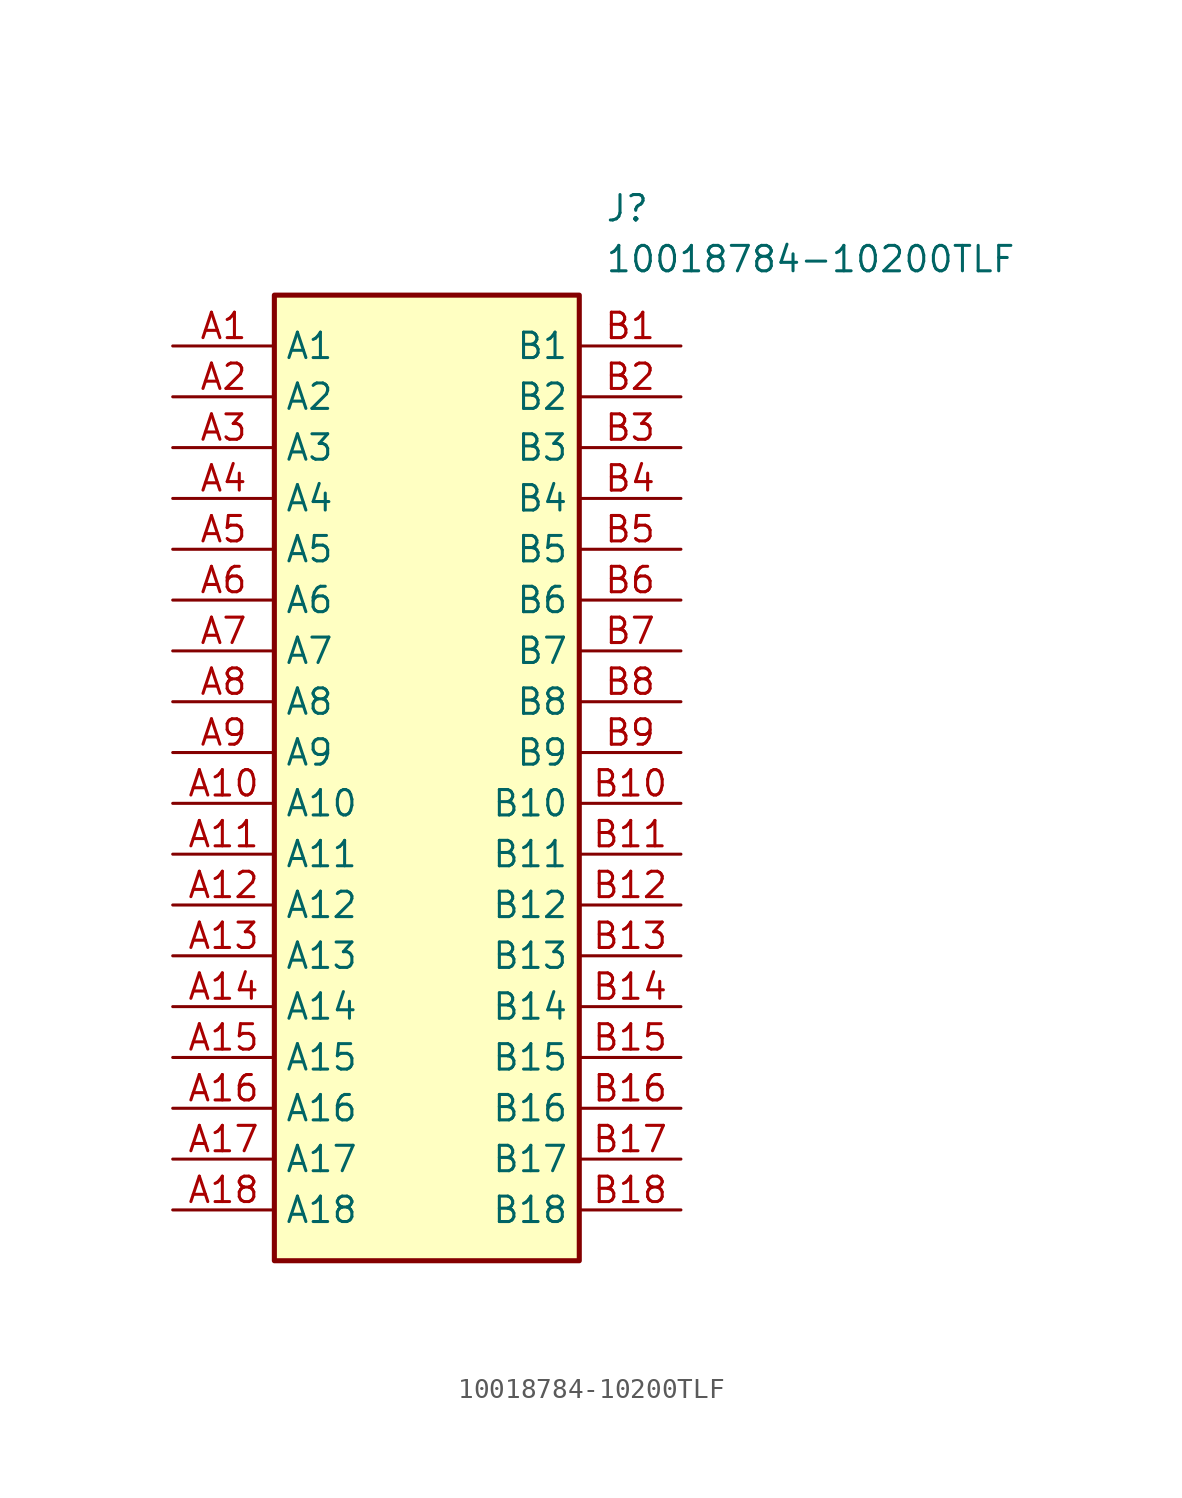
<source format=kicad_sym>
(kicad_symbol_lib
  (version 20211014)
  (generator SamacSys_ECAD_Model)
  (symbol "10018784-10200TLF"
    (property "Reference" "J"
      (at 21.59 7.62 0)
      (effects (font (size 1.27 1.27)) (justify left top)))
    (property "Value" "10018784-10200TLF"
      (at 21.59 5.08 0)
      (effects (font (size 1.27 1.27)) (justify left top)))
    (rectangle
      (start 5.08 2.54)
      (end 20.32 -45.72)
      (stroke (width 0.254) (type default))
      (fill (type background)))
    (pin passive line
      (at 0 0 0)
      (length 5.08)
      (name "A1" (effects (font (size 1.27 1.27))))
      (number "A1" (effects (font (size 1.27 1.27)))))
    (pin passive line
      (at 0 -2.54 0)
      (length 5.08)
      (name "A2" (effects (font (size 1.27 1.27))))
      (number "A2" (effects (font (size 1.27 1.27)))))
    (pin passive line
      (at 0 -5.08 0)
      (length 5.08)
      (name "A3" (effects (font (size 1.27 1.27))))
      (number "A3" (effects (font (size 1.27 1.27)))))
    (pin passive line
      (at 0 -7.62 0)
      (length 5.08)
      (name "A4" (effects (font (size 1.27 1.27))))
      (number "A4" (effects (font (size 1.27 1.27)))))
    (pin passive line
      (at 0 -10.16 0)
      (length 5.08)
      (name "A5" (effects (font (size 1.27 1.27))))
      (number "A5" (effects (font (size 1.27 1.27)))))
    (pin passive line
      (at 0 -12.7 0)
      (length 5.08)
      (name "A6" (effects (font (size 1.27 1.27))))
      (number "A6" (effects (font (size 1.27 1.27)))))
    (pin passive line
      (at 0 -15.24 0)
      (length 5.08)
      (name "A7" (effects (font (size 1.27 1.27))))
      (number "A7" (effects (font (size 1.27 1.27)))))
    (pin passive line
      (at 0 -17.78 0)
      (length 5.08)
      (name "A8" (effects (font (size 1.27 1.27))))
      (number "A8" (effects (font (size 1.27 1.27)))))
    (pin passive line
      (at 0 -20.32 0)
      (length 5.08)
      (name "A9" (effects (font (size 1.27 1.27))))
      (number "A9" (effects (font (size 1.27 1.27)))))
    (pin passive line
      (at 0 -22.86 0)
      (length 5.08)
      (name "A10" (effects (font (size 1.27 1.27))))
      (number "A10" (effects (font (size 1.27 1.27)))))
    (pin passive line
      (at 0 -25.4 0)
      (length 5.08)
      (name "A11" (effects (font (size 1.27 1.27))))
      (number "A11" (effects (font (size 1.27 1.27)))))
    (pin passive line
      (at 0 -27.94 0)
      (length 5.08)
      (name "A12" (effects (font (size 1.27 1.27))))
      (number "A12" (effects (font (size 1.27 1.27)))))
    (pin passive line
      (at 0 -30.48 0)
      (length 5.08)
      (name "A13" (effects (font (size 1.27 1.27))))
      (number "A13" (effects (font (size 1.27 1.27)))))
    (pin passive line
      (at 0 -33.02 0)
      (length 5.08)
      (name "A14" (effects (font (size 1.27 1.27))))
      (number "A14" (effects (font (size 1.27 1.27)))))
    (pin passive line
      (at 0 -35.56 0)
      (length 5.08)
      (name "A15" (effects (font (size 1.27 1.27))))
      (number "A15" (effects (font (size 1.27 1.27)))))
    (pin passive line
      (at 0 -38.1 0)
      (length 5.08)
      (name "A16" (effects (font (size 1.27 1.27))))
      (number "A16" (effects (font (size 1.27 1.27)))))
    (pin passive line
      (at 0 -40.64 0)
      (length 5.08)
      (name "A17" (effects (font (size 1.27 1.27))))
      (number "A17" (effects (font (size 1.27 1.27)))))
    (pin passive line
      (at 0 -43.18 0)
      (length 5.08)
      (name "A18" (effects (font (size 1.27 1.27))))
      (number "A18" (effects (font (size 1.27 1.27)))))
    (pin passive line
      (at 25.4 0 180)
      (length 5.08)
      (name "B1" (effects (font (size 1.27 1.27))))
      (number "B1" (effects (font (size 1.27 1.27)))))
    (pin passive line
      (at 25.4 -2.54 180)
      (length 5.08)
      (name "B2" (effects (font (size 1.27 1.27))))
      (number "B2" (effects (font (size 1.27 1.27)))))
    (pin passive line
      (at 25.4 -5.08 180)
      (length 5.08)
      (name "B3" (effects (font (size 1.27 1.27))))
      (number "B3" (effects (font (size 1.27 1.27)))))
    (pin passive line
      (at 25.4 -7.62 180)
      (length 5.08)
      (name "B4" (effects (font (size 1.27 1.27))))
      (number "B4" (effects (font (size 1.27 1.27)))))
    (pin passive line
      (at 25.4 -10.16 180)
      (length 5.08)
      (name "B5" (effects (font (size 1.27 1.27))))
      (number "B5" (effects (font (size 1.27 1.27)))))
    (pin passive line
      (at 25.4 -12.7 180)
      (length 5.08)
      (name "B6" (effects (font (size 1.27 1.27))))
      (number "B6" (effects (font (size 1.27 1.27)))))
    (pin passive line
      (at 25.4 -15.24 180)
      (length 5.08)
      (name "B7" (effects (font (size 1.27 1.27))))
      (number "B7" (effects (font (size 1.27 1.27)))))
    (pin passive line
      (at 25.4 -17.78 180)
      (length 5.08)
      (name "B8" (effects (font (size 1.27 1.27))))
      (number "B8" (effects (font (size 1.27 1.27)))))
    (pin passive line
      (at 25.4 -20.32 180)
      (length 5.08)
      (name "B9" (effects (font (size 1.27 1.27))))
      (number "B9" (effects (font (size 1.27 1.27)))))
    (pin passive line
      (at 25.4 -22.86 180)
      (length 5.08)
      (name "B10" (effects (font (size 1.27 1.27))))
      (number "B10" (effects (font (size 1.27 1.27)))))
    (pin passive line
      (at 25.4 -25.4 180)
      (length 5.08)
      (name "B11" (effects (font (size 1.27 1.27))))
      (number "B11" (effects (font (size 1.27 1.27)))))
    (pin passive line
      (at 25.4 -27.94 180)
      (length 5.08)
      (name "B12" (effects (font (size 1.27 1.27))))
      (number "B12" (effects (font (size 1.27 1.27)))))
    (pin passive line
      (at 25.4 -30.48 180)
      (length 5.08)
      (name "B13" (effects (font (size 1.27 1.27))))
      (number "B13" (effects (font (size 1.27 1.27)))))
    (pin passive line
      (at 25.4 -33.02 180)
      (length 5.08)
      (name "B14" (effects (font (size 1.27 1.27))))
      (number "B14" (effects (font (size 1.27 1.27)))))
    (pin passive line
      (at 25.4 -35.56 180)
      (length 5.08)
      (name "B15" (effects (font (size 1.27 1.27))))
      (number "B15" (effects (font (size 1.27 1.27)))))
    (pin passive line
      (at 25.4 -38.1 180)
      (length 5.08)
      (name "B16" (effects (font (size 1.27 1.27))))
      (number "B16" (effects (font (size 1.27 1.27)))))
    (pin passive line
      (at 25.4 -40.64 180)
      (length 5.08)
      (name "B17" (effects (font (size 1.27 1.27))))
      (number "B17" (effects (font (size 1.27 1.27)))))
    (pin passive line
      (at 25.4 -43.18 180)
      (length 5.08)
      (name "B18" (effects (font (size 1.27 1.27))))
      (number "B18" (effects (font (size 1.27 1.27)))))))
</source>
